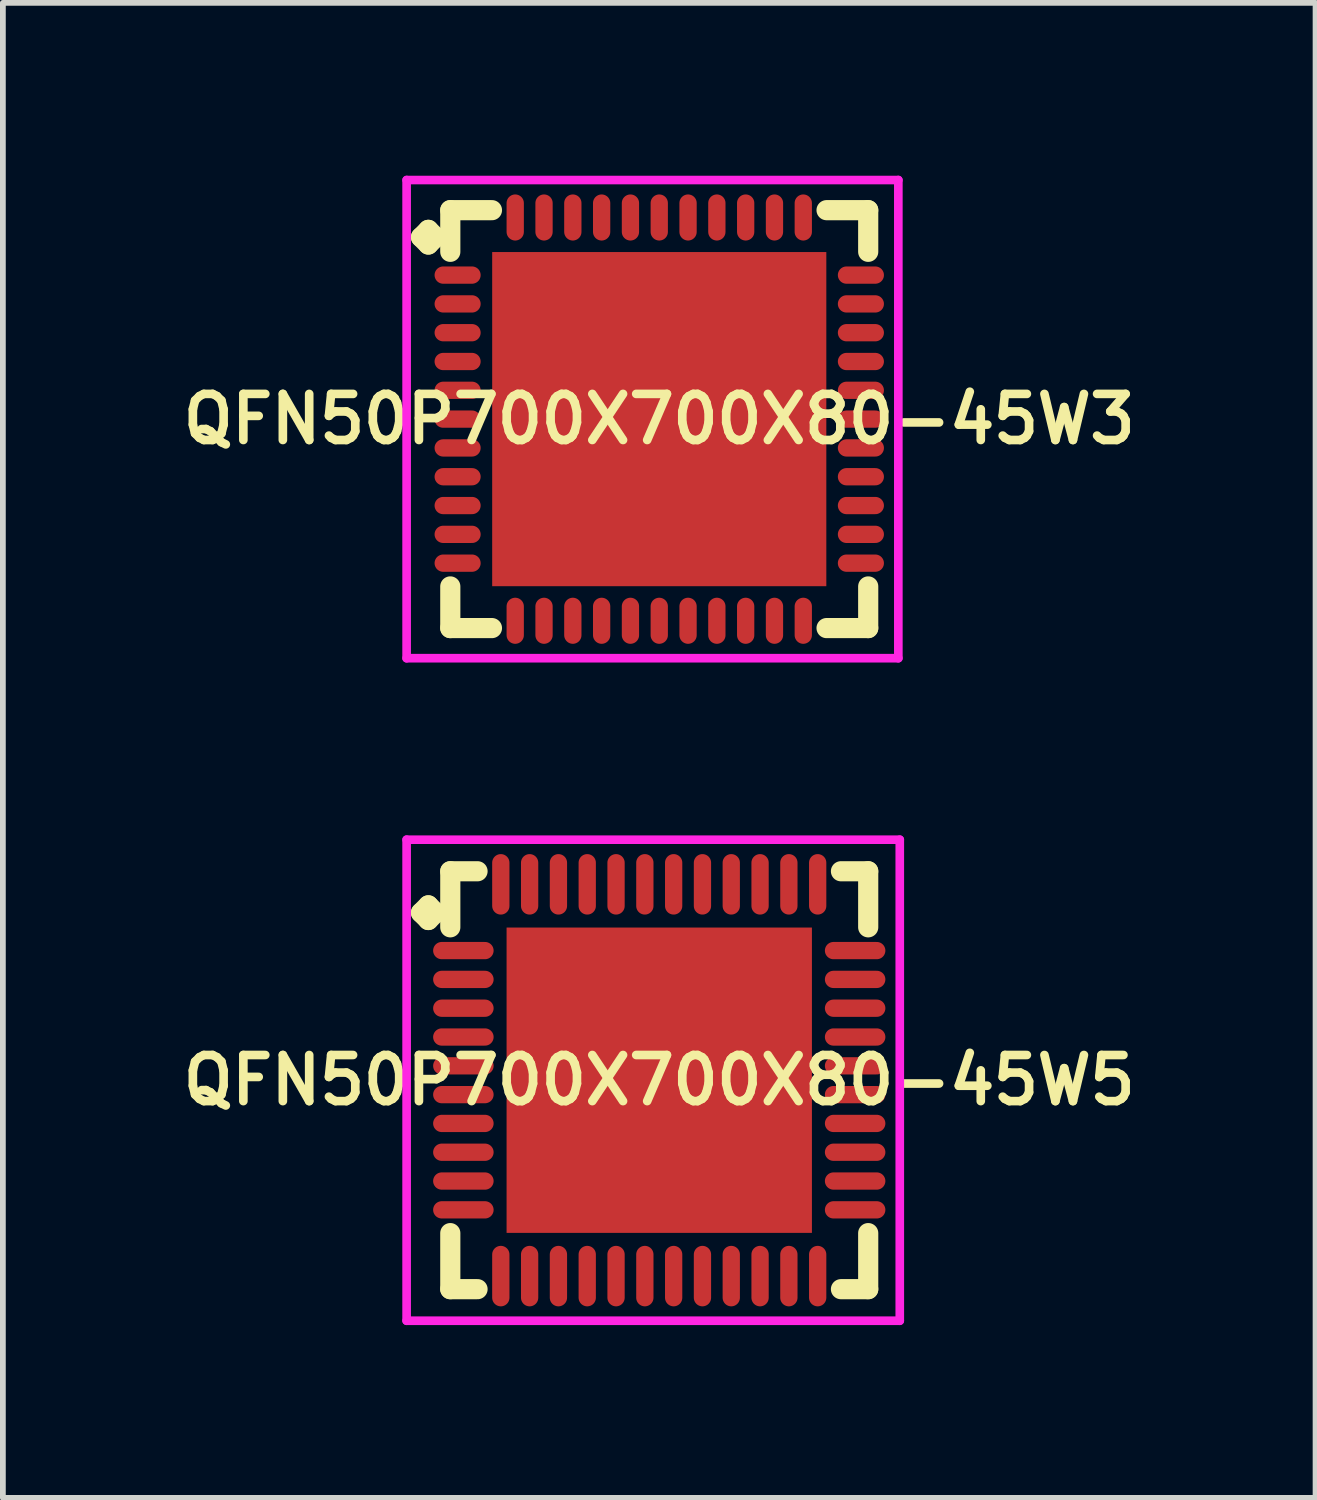
<source format=kicad_pcb>
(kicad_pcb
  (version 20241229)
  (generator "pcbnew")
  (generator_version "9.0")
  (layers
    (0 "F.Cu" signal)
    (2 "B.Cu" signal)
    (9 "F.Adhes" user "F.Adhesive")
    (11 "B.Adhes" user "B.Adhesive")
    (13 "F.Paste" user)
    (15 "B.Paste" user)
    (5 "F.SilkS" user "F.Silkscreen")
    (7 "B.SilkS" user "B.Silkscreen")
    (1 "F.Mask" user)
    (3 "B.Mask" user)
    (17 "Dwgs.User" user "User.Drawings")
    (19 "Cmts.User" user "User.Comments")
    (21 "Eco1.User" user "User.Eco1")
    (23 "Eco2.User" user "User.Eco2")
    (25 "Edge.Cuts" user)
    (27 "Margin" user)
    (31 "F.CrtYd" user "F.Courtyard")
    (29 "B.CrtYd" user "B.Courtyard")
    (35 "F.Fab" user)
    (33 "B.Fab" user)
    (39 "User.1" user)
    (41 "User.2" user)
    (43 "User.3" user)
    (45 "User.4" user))
  (footprint "QFN50P700X700X80-45W5"
    (layer "F.Cu")
    (at 8.393 15.7)
    (property "Reference" "QFN50P700X700X80-45W5" (at 0 0 0) (layer "F.SilkS") (effects (font (size 0.8 0.8) (thickness 0.15))))
    (attr smd)
    (fp_line (start -4.135 -2.908) (end -4.008 -3.035) (stroke (width 0.35) (type solid)) (layer "F.SilkS"))
    (fp_line (start -4.008 -3.035) (end -3.881 -2.908) (stroke (width 0.35) (type solid)) (layer "F.SilkS"))
    (fp_line (start -4.008 -2.781) (end -4.135 -2.908) (stroke (width 0.35) (type solid)) (layer "F.SilkS"))
    (fp_line (start -3.881 -2.908) (end -4.008 -2.781) (stroke (width 0.35) (type solid)) (layer "F.SilkS"))
    (fp_line (start -3.627 -3.627) (end -3.154 -3.627) (stroke (width 0.35) (type solid)) (layer "F.SilkS"))
    (fp_line (start -3.627 -2.654) (end -3.627 -3.627) (stroke (width 0.35) (type solid)) (layer "F.SilkS"))
    (fp_line (start -3.627 2.654) (end -3.627 3.627) (stroke (width 0.35) (type solid)) (layer "F.SilkS"))
    (fp_line (start -3.627 3.627) (end -3.154 3.627) (stroke (width 0.35) (type solid)) (layer "F.SilkS"))
    (fp_line (start 3.154 -3.627) (end 3.627 -3.627) (stroke (width 0.35) (type solid)) (layer "F.SilkS"))
    (fp_line (start 3.154 3.627) (end 3.627 3.627) (stroke (width 0.35) (type solid)) (layer "F.SilkS"))
    (fp_line (start 3.627 -3.627) (end 3.627 -2.654) (stroke (width 0.35) (type solid)) (layer "F.SilkS"))
    (fp_line (start 3.627 3.627) (end 3.627 2.654) (stroke (width 0.35) (type solid)) (layer "F.SilkS"))
    (fp_line (start -4.385 -4.175) (end 4.175 -4.175) (stroke (width 0.15) (type solid)) (layer "F.CrtYd"))
    (fp_line (start -4.385 4.175) (end -4.385 -4.175) (stroke (width 0.15) (type solid)) (layer "F.CrtYd"))
    (fp_line (start 4.175 -4.175) (end 4.175 4.175) (stroke (width 0.15) (type solid)) (layer "F.CrtYd"))
    (fp_line (start 4.175 4.175) (end -4.385 4.175) (stroke (width 0.15) (type solid)) (layer "F.CrtYd"))
    (pad "1" smd oval (at -3.4 -2.25) (size 1.05 0.3) (layers "F.Cu" "F.Mask" "F.Paste"))
    (pad "2" smd oval (at -3.4 -1.75) (size 1.05 0.3) (layers "F.Cu" "F.Mask" "F.Paste"))
    (pad "3" smd oval (at -3.4 -1.25) (size 1.05 0.3) (layers "F.Cu" "F.Mask" "F.Paste"))
    (pad "4" smd oval (at -3.4 -0.75) (size 1.05 0.3) (layers "F.Cu" "F.Mask" "F.Paste"))
    (pad "5" smd oval (at -3.4 -0.25) (size 1.05 0.3) (layers "F.Cu" "F.Mask" "F.Paste"))
    (pad "6" smd oval (at -3.4 0.25) (size 1.05 0.3) (layers "F.Cu" "F.Mask" "F.Paste"))
    (pad "7" smd oval (at -3.4 0.75) (size 1.05 0.3) (layers "F.Cu" "F.Mask" "F.Paste"))
    (pad "8" smd oval (at -3.4 1.25) (size 1.05 0.3) (layers "F.Cu" "F.Mask" "F.Paste"))
    (pad "9" smd oval (at -3.4 1.75) (size 1.05 0.3) (layers "F.Cu" "F.Mask" "F.Paste"))
    (pad "10" smd oval (at -3.4 2.25) (size 1.05 0.3) (layers "F.Cu" "F.Mask" "F.Paste"))
    (pad "11" smd oval (at -2.75 3.4) (size 0.3 1.05) (layers "F.Cu" "F.Mask" "F.Paste"))
    (pad "12" smd oval (at -2.25 3.4) (size 0.3 1.05) (layers "F.Cu" "F.Mask" "F.Paste"))
    (pad "13" smd oval (at -1.75 3.4) (size 0.3 1.05) (layers "F.Cu" "F.Mask" "F.Paste"))
    (pad "14" smd oval (at -1.25 3.4) (size 0.3 1.05) (layers "F.Cu" "F.Mask" "F.Paste"))
    (pad "15" smd oval (at -0.75 3.4) (size 0.3 1.05) (layers "F.Cu" "F.Mask" "F.Paste"))
    (pad "16" smd oval (at -0.25 3.4) (size 0.3 1.05) (layers "F.Cu" "F.Mask" "F.Paste"))
    (pad "17" smd oval (at 0.25 3.4) (size 0.3 1.05) (layers "F.Cu" "F.Mask" "F.Paste"))
    (pad "18" smd oval (at 0.75 3.4) (size 0.3 1.05) (layers "F.Cu" "F.Mask" "F.Paste"))
    (pad "19" smd oval (at 1.25 3.4) (size 0.3 1.05) (layers "F.Cu" "F.Mask" "F.Paste"))
    (pad "20" smd oval (at 1.75 3.4) (size 0.3 1.05) (layers "F.Cu" "F.Mask" "F.Paste"))
    (pad "21" smd oval (at 2.25 3.4) (size 0.3 1.05) (layers "F.Cu" "F.Mask" "F.Paste"))
    (pad "22" smd oval (at 2.75 3.4) (size 0.3 1.05) (layers "F.Cu" "F.Mask" "F.Paste"))
    (pad "23" smd oval (at 3.4 2.25) (size 1.05 0.3) (layers "F.Cu" "F.Mask" "F.Paste"))
    (pad "24" smd oval (at 3.4 1.75) (size 1.05 0.3) (layers "F.Cu" "F.Mask" "F.Paste"))
    (pad "25" smd oval (at 3.4 1.25) (size 1.05 0.3) (layers "F.Cu" "F.Mask" "F.Paste"))
    (pad "26" smd oval (at 3.4 0.75) (size 1.05 0.3) (layers "F.Cu" "F.Mask" "F.Paste"))
    (pad "27" smd oval (at 3.4 0.25) (size 1.05 0.3) (layers "F.Cu" "F.Mask" "F.Paste"))
    (pad "28" smd oval (at 3.4 -0.25) (size 1.05 0.3) (layers "F.Cu" "F.Mask" "F.Paste"))
    (pad "29" smd oval (at 3.4 -0.75) (size 1.05 0.3) (layers "F.Cu" "F.Mask" "F.Paste"))
    (pad "30" smd oval (at 3.4 -1.25) (size 1.05 0.3) (layers "F.Cu" "F.Mask" "F.Paste"))
    (pad "31" smd oval (at 3.4 -1.75) (size 1.05 0.3) (layers "F.Cu" "F.Mask" "F.Paste"))
    (pad "32" smd oval (at 3.4 -2.25) (size 1.05 0.3) (layers "F.Cu" "F.Mask" "F.Paste"))
    (pad "33" smd oval (at 2.75 -3.4) (size 0.3 1.05) (layers "F.Cu" "F.Mask" "F.Paste"))
    (pad "34" smd oval (at 2.25 -3.4) (size 0.3 1.05) (layers "F.Cu" "F.Mask" "F.Paste"))
    (pad "35" smd oval (at 1.75 -3.4) (size 0.3 1.05) (layers "F.Cu" "F.Mask" "F.Paste"))
    (pad "36" smd oval (at 1.25 -3.4) (size 0.3 1.05) (layers "F.Cu" "F.Mask" "F.Paste"))
    (pad "37" smd oval (at 0.75 -3.4) (size 0.3 1.05) (layers "F.Cu" "F.Mask" "F.Paste"))
    (pad "38" smd oval (at 0.25 -3.4) (size 0.3 1.05) (layers "F.Cu" "F.Mask" "F.Paste"))
    (pad "39" smd oval (at -0.25 -3.4) (size 0.3 1.05) (layers "F.Cu" "F.Mask" "F.Paste"))
    (pad "40" smd oval (at -0.75 -3.4) (size 0.3 1.05) (layers "F.Cu" "F.Mask" "F.Paste"))
    (pad "41" smd oval (at -1.25 -3.4) (size 0.3 1.05) (layers "F.Cu" "F.Mask" "F.Paste"))
    (pad "42" smd oval (at -1.75 -3.4) (size 0.3 1.05) (layers "F.Cu" "F.Mask" "F.Paste"))
    (pad "43" smd oval (at -2.25 -3.4) (size 0.3 1.05) (layers "F.Cu" "F.Mask" "F.Paste"))
    (pad "44" smd oval (at -2.75 -3.4) (size 0.3 1.05) (layers "F.Cu" "F.Mask" "F.Paste"))
    (pad "45" smd rect (at 0 0) (size 5.3 5.3) (layers "F.Cu" "F.Mask" "F.Paste")))
  (footprint "QFN50P700X700X80-45W3"
    (layer "F.Cu")
    (at 8.393 4.225)
    (property "Reference" "QFN50P700X700X80-45W3" (at 0 0 0) (layer "F.SilkS") (effects (font (size 0.8 0.8) (thickness 0.15))))
    (attr smd)
    (fp_line (start -4.135 -3.158) (end -4.008 -3.285) (stroke (width 0.35) (type solid)) (layer "F.SilkS"))
    (fp_line (start -4.008 -3.285) (end -3.881 -3.158) (stroke (width 0.35) (type solid)) (layer "F.SilkS"))
    (fp_line (start -4.008 -3.031) (end -4.135 -3.158) (stroke (width 0.35) (type solid)) (layer "F.SilkS"))
    (fp_line (start -3.881 -3.158) (end -4.008 -3.031) (stroke (width 0.35) (type solid)) (layer "F.SilkS"))
    (fp_line (start -3.627 -3.627) (end -2.904 -3.627) (stroke (width 0.35) (type solid)) (layer "F.SilkS"))
    (fp_line (start -3.627 -2.904) (end -3.627 -3.627) (stroke (width 0.35) (type solid)) (layer "F.SilkS"))
    (fp_line (start -3.627 2.904) (end -3.627 3.627) (stroke (width 0.35) (type solid)) (layer "F.SilkS"))
    (fp_line (start -3.627 3.627) (end -2.904 3.627) (stroke (width 0.35) (type solid)) (layer "F.SilkS"))
    (fp_line (start 2.904 -3.627) (end 3.627 -3.627) (stroke (width 0.35) (type solid)) (layer "F.SilkS"))
    (fp_line (start 2.904 3.627) (end 3.627 3.627) (stroke (width 0.35) (type solid)) (layer "F.SilkS"))
    (fp_line (start 3.627 -3.627) (end 3.627 -2.904) (stroke (width 0.35) (type solid)) (layer "F.SilkS"))
    (fp_line (start 3.627 3.627) (end 3.627 2.904) (stroke (width 0.35) (type solid)) (layer "F.SilkS"))
    (fp_line (start -4.385 -4.15) (end 4.15 -4.15) (stroke (width 0.15) (type solid)) (layer "F.CrtYd"))
    (fp_line (start -4.385 4.15) (end -4.385 -4.15) (stroke (width 0.15) (type solid)) (layer "F.CrtYd"))
    (fp_line (start 4.15 -4.15) (end 4.15 4.15) (stroke (width 0.15) (type solid)) (layer "F.CrtYd"))
    (fp_line (start 4.15 4.15) (end -4.385 4.15) (stroke (width 0.15) (type solid)) (layer "F.CrtYd"))
    (pad "1" smd oval (at -3.5 -2.5) (size 0.8 0.3) (layers "F.Cu" "F.Mask" "F.Paste"))
    (pad "2" smd oval (at -3.5 -2) (size 0.8 0.3) (layers "F.Cu" "F.Mask" "F.Paste"))
    (pad "3" smd oval (at -3.5 -1.5) (size 0.8 0.3) (layers "F.Cu" "F.Mask" "F.Paste"))
    (pad "4" smd oval (at -3.5 -1) (size 0.8 0.3) (layers "F.Cu" "F.Mask" "F.Paste"))
    (pad "5" smd oval (at -3.5 -0.5) (size 0.8 0.3) (layers "F.Cu" "F.Mask" "F.Paste"))
    (pad "6" smd oval (at -3.5 0) (size 0.8 0.3) (layers "F.Cu" "F.Mask" "F.Paste"))
    (pad "7" smd oval (at -3.5 0.5) (size 0.8 0.3) (layers "F.Cu" "F.Mask" "F.Paste"))
    (pad "8" smd oval (at -3.5 1) (size 0.8 0.3) (layers "F.Cu" "F.Mask" "F.Paste"))
    (pad "9" smd oval (at -3.5 1.5) (size 0.8 0.3) (layers "F.Cu" "F.Mask" "F.Paste"))
    (pad "10" smd oval (at -3.5 2) (size 0.8 0.3) (layers "F.Cu" "F.Mask" "F.Paste"))
    (pad "11" smd oval (at -3.5 2.5) (size 0.8 0.3) (layers "F.Cu" "F.Mask" "F.Paste"))
    (pad "12" smd oval (at -2.5 3.5) (size 0.3 0.8) (layers "F.Cu" "F.Mask" "F.Paste"))
    (pad "13" smd oval (at -2 3.5) (size 0.3 0.8) (layers "F.Cu" "F.Mask" "F.Paste"))
    (pad "14" smd oval (at -1.5 3.5) (size 0.3 0.8) (layers "F.Cu" "F.Mask" "F.Paste"))
    (pad "15" smd oval (at -1 3.5) (size 0.3 0.8) (layers "F.Cu" "F.Mask" "F.Paste"))
    (pad "16" smd oval (at -0.5 3.5) (size 0.3 0.8) (layers "F.Cu" "F.Mask" "F.Paste"))
    (pad "17" smd oval (at 0 3.5) (size 0.3 0.8) (layers "F.Cu" "F.Mask" "F.Paste"))
    (pad "18" smd oval (at 0.5 3.5) (size 0.3 0.8) (layers "F.Cu" "F.Mask" "F.Paste"))
    (pad "19" smd oval (at 1 3.5) (size 0.3 0.8) (layers "F.Cu" "F.Mask" "F.Paste"))
    (pad "20" smd oval (at 1.5 3.5) (size 0.3 0.8) (layers "F.Cu" "F.Mask" "F.Paste"))
    (pad "21" smd oval (at 2 3.5) (size 0.3 0.8) (layers "F.Cu" "F.Mask" "F.Paste"))
    (pad "22" smd oval (at 2.5 3.5) (size 0.3 0.8) (layers "F.Cu" "F.Mask" "F.Paste"))
    (pad "23" smd oval (at 3.5 2.5) (size 0.8 0.3) (layers "F.Cu" "F.Mask" "F.Paste"))
    (pad "24" smd oval (at 3.5 2) (size 0.8 0.3) (layers "F.Cu" "F.Mask" "F.Paste"))
    (pad "25" smd oval (at 3.5 1.5) (size 0.8 0.3) (layers "F.Cu" "F.Mask" "F.Paste"))
    (pad "26" smd oval (at 3.5 1) (size 0.8 0.3) (layers "F.Cu" "F.Mask" "F.Paste"))
    (pad "27" smd oval (at 3.5 0.5) (size 0.8 0.3) (layers "F.Cu" "F.Mask" "F.Paste"))
    (pad "28" smd oval (at 3.5 0) (size 0.8 0.3) (layers "F.Cu" "F.Mask" "F.Paste"))
    (pad "29" smd oval (at 3.5 -0.5) (size 0.8 0.3) (layers "F.Cu" "F.Mask" "F.Paste"))
    (pad "30" smd oval (at 3.5 -1) (size 0.8 0.3) (layers "F.Cu" "F.Mask" "F.Paste"))
    (pad "31" smd oval (at 3.5 -1.5) (size 0.8 0.3) (layers "F.Cu" "F.Mask" "F.Paste"))
    (pad "32" smd oval (at 3.5 -2) (size 0.8 0.3) (layers "F.Cu" "F.Mask" "F.Paste"))
    (pad "33" smd oval (at 3.5 -2.5) (size 0.8 0.3) (layers "F.Cu" "F.Mask" "F.Paste"))
    (pad "34" smd oval (at 2.5 -3.5) (size 0.3 0.8) (layers "F.Cu" "F.Mask" "F.Paste"))
    (pad "35" smd oval (at 2 -3.5) (size 0.3 0.8) (layers "F.Cu" "F.Mask" "F.Paste"))
    (pad "36" smd oval (at 1.5 -3.5) (size 0.3 0.8) (layers "F.Cu" "F.Mask" "F.Paste"))
    (pad "37" smd oval (at 1 -3.5) (size 0.3 0.8) (layers "F.Cu" "F.Mask" "F.Paste"))
    (pad "38" smd oval (at 0.5 -3.5) (size 0.3 0.8) (layers "F.Cu" "F.Mask" "F.Paste"))
    (pad "39" smd oval (at 0 -3.5) (size 0.3 0.8) (layers "F.Cu" "F.Mask" "F.Paste"))
    (pad "40" smd oval (at -0.5 -3.5) (size 0.3 0.8) (layers "F.Cu" "F.Mask" "F.Paste"))
    (pad "41" smd oval (at -1 -3.5) (size 0.3 0.8) (layers "F.Cu" "F.Mask" "F.Paste"))
    (pad "42" smd oval (at -1.5 -3.5) (size 0.3 0.8) (layers "F.Cu" "F.Mask" "F.Paste"))
    (pad "43" smd oval (at -2 -3.5) (size 0.3 0.8) (layers "F.Cu" "F.Mask" "F.Paste"))
    (pad "44" smd oval (at -2.5 -3.5) (size 0.3 0.8) (layers "F.Cu" "F.Mask" "F.Paste"))
    (pad "45" smd rect (at 0 0) (size 5.8 5.8) (layers "F.Cu" "F.Mask" "F.Paste")))
  (gr_rect
    (start -3 -3)
    (end 19.785 22.95)
    (stroke (width 0.1) (type default))
    (fill no)
    (layer "Edge.Cuts")))
</source>
